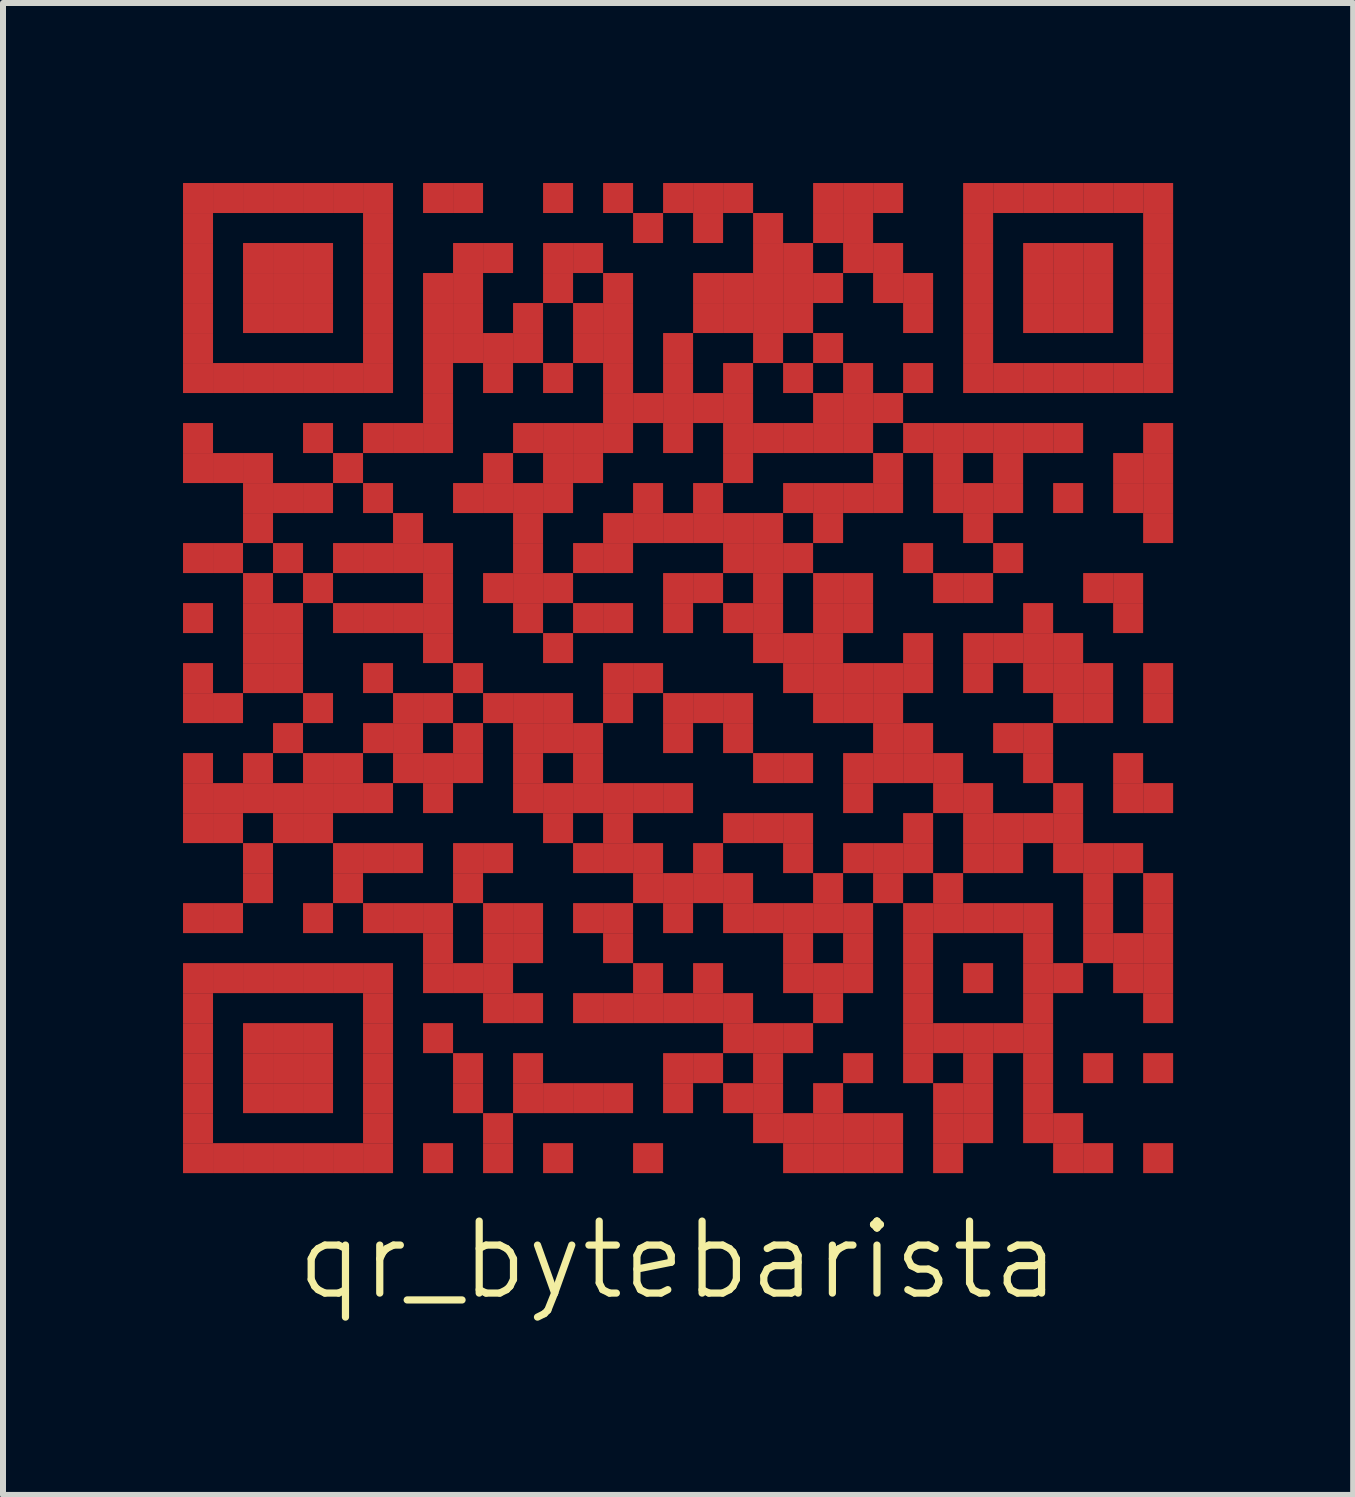
<source format=kicad_pcb>
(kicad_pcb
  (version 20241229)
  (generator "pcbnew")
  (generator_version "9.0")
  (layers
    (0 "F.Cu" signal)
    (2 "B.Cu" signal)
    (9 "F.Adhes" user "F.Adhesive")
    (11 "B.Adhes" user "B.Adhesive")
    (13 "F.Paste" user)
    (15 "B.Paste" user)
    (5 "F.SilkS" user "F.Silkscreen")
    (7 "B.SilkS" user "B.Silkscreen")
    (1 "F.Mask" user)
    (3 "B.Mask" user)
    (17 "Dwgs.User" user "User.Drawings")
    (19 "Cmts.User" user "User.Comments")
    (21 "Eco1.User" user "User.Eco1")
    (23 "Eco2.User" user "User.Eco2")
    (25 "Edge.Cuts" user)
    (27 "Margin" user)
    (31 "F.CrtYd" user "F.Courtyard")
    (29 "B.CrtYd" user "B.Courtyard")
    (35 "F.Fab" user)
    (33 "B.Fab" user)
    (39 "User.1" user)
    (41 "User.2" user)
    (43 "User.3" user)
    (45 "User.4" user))
  (footprint "qr_bytebarista"
    (layer "F.Cu")
    (at 8.25 8.25)
    (property "Reference" "qr_bytebarista" (at 0 9.7 0) (layer "F.SilkS") (effects (font (size 1.2 1.2) (thickness 0.12))))
    (attr through_hole)
    (pad "" smd rect (at -8 -8) (size 0.5 0.5) (layers "F.Cu" "F.Mask"))
    (pad "" smd rect (at -8 -7.5) (size 0.5 0.5) (layers "F.Cu" "F.Mask"))
    (pad "" smd rect (at -8 -7) (size 0.5 0.5) (layers "F.Cu" "F.Mask"))
    (pad "" smd rect (at -8 -6.5) (size 0.5 0.5) (layers "F.Cu" "F.Mask"))
    (pad "" smd rect (at -8 -6) (size 0.5 0.5) (layers "F.Cu" "F.Mask"))
    (pad "" smd rect (at -8 -5.5) (size 0.5 0.5) (layers "F.Cu" "F.Mask"))
    (pad "" smd rect (at -8 -5) (size 0.5 0.5) (layers "F.Cu" "F.Mask"))
    (pad "" smd rect (at -8 -4) (size 0.5 0.5) (layers "F.Cu" "F.Mask"))
    (pad "" smd rect (at -8 -3.5) (size 0.5 0.5) (layers "F.Cu" "F.Mask"))
    (pad "" smd rect (at -8 -2) (size 0.5 0.5) (layers "F.Cu" "F.Mask"))
    (pad "" smd rect (at -8 -1) (size 0.5 0.5) (layers "F.Cu" "F.Mask"))
    (pad "" smd rect (at -8 0) (size 0.5 0.5) (layers "F.Cu" "F.Mask"))
    (pad "" smd rect (at -8 0.5) (size 0.5 0.5) (layers "F.Cu" "F.Mask"))
    (pad "" smd rect (at -8 1.5) (size 0.5 0.5) (layers "F.Cu" "F.Mask"))
    (pad "" smd rect (at -8 2) (size 0.5 0.5) (layers "F.Cu" "F.Mask"))
    (pad "" smd rect (at -8 2.5) (size 0.5 0.5) (layers "F.Cu" "F.Mask"))
    (pad "" smd rect (at -8 4) (size 0.5 0.5) (layers "F.Cu" "F.Mask"))
    (pad "" smd rect (at -8 5) (size 0.5 0.5) (layers "F.Cu" "F.Mask"))
    (pad "" smd rect (at -8 5.5) (size 0.5 0.5) (layers "F.Cu" "F.Mask"))
    (pad "" smd rect (at -8 6) (size 0.5 0.5) (layers "F.Cu" "F.Mask"))
    (pad "" smd rect (at -8 6.5) (size 0.5 0.5) (layers "F.Cu" "F.Mask"))
    (pad "" smd rect (at -8 7) (size 0.5 0.5) (layers "F.Cu" "F.Mask"))
    (pad "" smd rect (at -8 7.5) (size 0.5 0.5) (layers "F.Cu" "F.Mask"))
    (pad "" smd rect (at -8 8) (size 0.5 0.5) (layers "F.Cu" "F.Mask"))
    (pad "" smd rect (at -7.5 -8) (size 0.5 0.5) (layers "F.Cu" "F.Mask"))
    (pad "" smd rect (at -7.5 -5) (size 0.5 0.5) (layers "F.Cu" "F.Mask"))
    (pad "" smd rect (at -7.5 -3.5) (size 0.5 0.5) (layers "F.Cu" "F.Mask"))
    (pad "" smd rect (at -7.5 -2) (size 0.5 0.5) (layers "F.Cu" "F.Mask"))
    (pad "" smd rect (at -7.5 0.5) (size 0.5 0.5) (layers "F.Cu" "F.Mask"))
    (pad "" smd rect (at -7.5 2) (size 0.5 0.5) (layers "F.Cu" "F.Mask"))
    (pad "" smd rect (at -7.5 2.5) (size 0.5 0.5) (layers "F.Cu" "F.Mask"))
    (pad "" smd rect (at -7.5 4) (size 0.5 0.5) (layers "F.Cu" "F.Mask"))
    (pad "" smd rect (at -7.5 5) (size 0.5 0.5) (layers "F.Cu" "F.Mask"))
    (pad "" smd rect (at -7.5 8) (size 0.5 0.5) (layers "F.Cu" "F.Mask"))
    (pad "" smd rect (at -7 -8) (size 0.5 0.5) (layers "F.Cu" "F.Mask"))
    (pad "" smd rect (at -7 -7) (size 0.5 0.5) (layers "F.Cu" "F.Mask"))
    (pad "" smd rect (at -7 -6.5) (size 0.5 0.5) (layers "F.Cu" "F.Mask"))
    (pad "" smd rect (at -7 -6) (size 0.5 0.5) (layers "F.Cu" "F.Mask"))
    (pad "" smd rect (at -7 -5) (size 0.5 0.5) (layers "F.Cu" "F.Mask"))
    (pad "" smd rect (at -7 -3.5) (size 0.5 0.5) (layers "F.Cu" "F.Mask"))
    (pad "" smd rect (at -7 -3) (size 0.5 0.5) (layers "F.Cu" "F.Mask"))
    (pad "" smd rect (at -7 -2.5) (size 0.5 0.5) (layers "F.Cu" "F.Mask"))
    (pad "" smd rect (at -7 -1.5) (size 0.5 0.5) (layers "F.Cu" "F.Mask"))
    (pad "" smd rect (at -7 -1) (size 0.5 0.5) (layers "F.Cu" "F.Mask"))
    (pad "" smd rect (at -7 -0.5) (size 0.5 0.5) (layers "F.Cu" "F.Mask"))
    (pad "" smd rect (at -7 0) (size 0.5 0.5) (layers "F.Cu" "F.Mask"))
    (pad "" smd rect (at -7 1.5) (size 0.5 0.5) (layers "F.Cu" "F.Mask"))
    (pad "" smd rect (at -7 2) (size 0.5 0.5) (layers "F.Cu" "F.Mask"))
    (pad "" smd rect (at -7 3) (size 0.5 0.5) (layers "F.Cu" "F.Mask"))
    (pad "" smd rect (at -7 3.5) (size 0.5 0.5) (layers "F.Cu" "F.Mask"))
    (pad "" smd rect (at -7 5) (size 0.5 0.5) (layers "F.Cu" "F.Mask"))
    (pad "" smd rect (at -7 6) (size 0.5 0.5) (layers "F.Cu" "F.Mask"))
    (pad "" smd rect (at -7 6.5) (size 0.5 0.5) (layers "F.Cu" "F.Mask"))
    (pad "" smd rect (at -7 7) (size 0.5 0.5) (layers "F.Cu" "F.Mask"))
    (pad "" smd rect (at -7 8) (size 0.5 0.5) (layers "F.Cu" "F.Mask"))
    (pad "" smd rect (at -6.5 -8) (size 0.5 0.5) (layers "F.Cu" "F.Mask"))
    (pad "" smd rect (at -6.5 -7) (size 0.5 0.5) (layers "F.Cu" "F.Mask"))
    (pad "" smd rect (at -6.5 -6.5) (size 0.5 0.5) (layers "F.Cu" "F.Mask"))
    (pad "" smd rect (at -6.5 -6) (size 0.5 0.5) (layers "F.Cu" "F.Mask"))
    (pad "" smd rect (at -6.5 -5) (size 0.5 0.5) (layers "F.Cu" "F.Mask"))
    (pad "" smd rect (at -6.5 -3) (size 0.5 0.5) (layers "F.Cu" "F.Mask"))
    (pad "" smd rect (at -6.5 -2) (size 0.5 0.5) (layers "F.Cu" "F.Mask"))
    (pad "" smd rect (at -6.5 -1) (size 0.5 0.5) (layers "F.Cu" "F.Mask"))
    (pad "" smd rect (at -6.5 -0.5) (size 0.5 0.5) (layers "F.Cu" "F.Mask"))
    (pad "" smd rect (at -6.5 0) (size 0.5 0.5) (layers "F.Cu" "F.Mask"))
    (pad "" smd rect (at -6.5 1) (size 0.5 0.5) (layers "F.Cu" "F.Mask"))
    (pad "" smd rect (at -6.5 2) (size 0.5 0.5) (layers "F.Cu" "F.Mask"))
    (pad "" smd rect (at -6.5 2.5) (size 0.5 0.5) (layers "F.Cu" "F.Mask"))
    (pad "" smd rect (at -6.5 5) (size 0.5 0.5) (layers "F.Cu" "F.Mask"))
    (pad "" smd rect (at -6.5 6) (size 0.5 0.5) (layers "F.Cu" "F.Mask"))
    (pad "" smd rect (at -6.5 6.5) (size 0.5 0.5) (layers "F.Cu" "F.Mask"))
    (pad "" smd rect (at -6.5 7) (size 0.5 0.5) (layers "F.Cu" "F.Mask"))
    (pad "" smd rect (at -6.5 8) (size 0.5 0.5) (layers "F.Cu" "F.Mask"))
    (pad "" smd rect (at -6 -8) (size 0.5 0.5) (layers "F.Cu" "F.Mask"))
    (pad "" smd rect (at -6 -7) (size 0.5 0.5) (layers "F.Cu" "F.Mask"))
    (pad "" smd rect (at -6 -6.5) (size 0.5 0.5) (layers "F.Cu" "F.Mask"))
    (pad "" smd rect (at -6 -6) (size 0.5 0.5) (layers "F.Cu" "F.Mask"))
    (pad "" smd rect (at -6 -5) (size 0.5 0.5) (layers "F.Cu" "F.Mask"))
    (pad "" smd rect (at -6 -4) (size 0.5 0.5) (layers "F.Cu" "F.Mask"))
    (pad "" smd rect (at -6 -3) (size 0.5 0.5) (layers "F.Cu" "F.Mask"))
    (pad "" smd rect (at -6 -1.5) (size 0.5 0.5) (layers "F.Cu" "F.Mask"))
    (pad "" smd rect (at -6 0.5) (size 0.5 0.5) (layers "F.Cu" "F.Mask"))
    (pad "" smd rect (at -6 1.5) (size 0.5 0.5) (layers "F.Cu" "F.Mask"))
    (pad "" smd rect (at -6 2) (size 0.5 0.5) (layers "F.Cu" "F.Mask"))
    (pad "" smd rect (at -6 2.5) (size 0.5 0.5) (layers "F.Cu" "F.Mask"))
    (pad "" smd rect (at -6 4) (size 0.5 0.5) (layers "F.Cu" "F.Mask"))
    (pad "" smd rect (at -6 5) (size 0.5 0.5) (layers "F.Cu" "F.Mask"))
    (pad "" smd rect (at -6 6) (size 0.5 0.5) (layers "F.Cu" "F.Mask"))
    (pad "" smd rect (at -6 6.5) (size 0.5 0.5) (layers "F.Cu" "F.Mask"))
    (pad "" smd rect (at -6 7) (size 0.5 0.5) (layers "F.Cu" "F.Mask"))
    (pad "" smd rect (at -6 8) (size 0.5 0.5) (layers "F.Cu" "F.Mask"))
    (pad "" smd rect (at -5.5 -8) (size 0.5 0.5) (layers "F.Cu" "F.Mask"))
    (pad "" smd rect (at -5.5 -5) (size 0.5 0.5) (layers "F.Cu" "F.Mask"))
    (pad "" smd rect (at -5.5 -3.5) (size 0.5 0.5) (layers "F.Cu" "F.Mask"))
    (pad "" smd rect (at -5.5 -2) (size 0.5 0.5) (layers "F.Cu" "F.Mask"))
    (pad "" smd rect (at -5.5 -1) (size 0.5 0.5) (layers "F.Cu" "F.Mask"))
    (pad "" smd rect (at -5.5 1.5) (size 0.5 0.5) (layers "F.Cu" "F.Mask"))
    (pad "" smd rect (at -5.5 2) (size 0.5 0.5) (layers "F.Cu" "F.Mask"))
    (pad "" smd rect (at -5.5 3) (size 0.5 0.5) (layers "F.Cu" "F.Mask"))
    (pad "" smd rect (at -5.5 3.5) (size 0.5 0.5) (layers "F.Cu" "F.Mask"))
    (pad "" smd rect (at -5.5 5) (size 0.5 0.5) (layers "F.Cu" "F.Mask"))
    (pad "" smd rect (at -5.5 8) (size 0.5 0.5) (layers "F.Cu" "F.Mask"))
    (pad "" smd rect (at -5 -8) (size 0.5 0.5) (layers "F.Cu" "F.Mask"))
    (pad "" smd rect (at -5 -7.5) (size 0.5 0.5) (layers "F.Cu" "F.Mask"))
    (pad "" smd rect (at -5 -7) (size 0.5 0.5) (layers "F.Cu" "F.Mask"))
    (pad "" smd rect (at -5 -6.5) (size 0.5 0.5) (layers "F.Cu" "F.Mask"))
    (pad "" smd rect (at -5 -6) (size 0.5 0.5) (layers "F.Cu" "F.Mask"))
    (pad "" smd rect (at -5 -5.5) (size 0.5 0.5) (layers "F.Cu" "F.Mask"))
    (pad "" smd rect (at -5 -5) (size 0.5 0.5) (layers "F.Cu" "F.Mask"))
    (pad "" smd rect (at -5 -4) (size 0.5 0.5) (layers "F.Cu" "F.Mask"))
    (pad "" smd rect (at -5 -3) (size 0.5 0.5) (layers "F.Cu" "F.Mask"))
    (pad "" smd rect (at -5 -2) (size 0.5 0.5) (layers "F.Cu" "F.Mask"))
    (pad "" smd rect (at -5 -1) (size 0.5 0.5) (layers "F.Cu" "F.Mask"))
    (pad "" smd rect (at -5 0) (size 0.5 0.5) (layers "F.Cu" "F.Mask"))
    (pad "" smd rect (at -5 1) (size 0.5 0.5) (layers "F.Cu" "F.Mask"))
    (pad "" smd rect (at -5 2) (size 0.5 0.5) (layers "F.Cu" "F.Mask"))
    (pad "" smd rect (at -5 3) (size 0.5 0.5) (layers "F.Cu" "F.Mask"))
    (pad "" smd rect (at -5 4) (size 0.5 0.5) (layers "F.Cu" "F.Mask"))
    (pad "" smd rect (at -5 5) (size 0.5 0.5) (layers "F.Cu" "F.Mask"))
    (pad "" smd rect (at -5 5.5) (size 0.5 0.5) (layers "F.Cu" "F.Mask"))
    (pad "" smd rect (at -5 6) (size 0.5 0.5) (layers "F.Cu" "F.Mask"))
    (pad "" smd rect (at -5 6.5) (size 0.5 0.5) (layers "F.Cu" "F.Mask"))
    (pad "" smd rect (at -5 7) (size 0.5 0.5) (layers "F.Cu" "F.Mask"))
    (pad "" smd rect (at -5 7.5) (size 0.5 0.5) (layers "F.Cu" "F.Mask"))
    (pad "" smd rect (at -5 8) (size 0.5 0.5) (layers "F.Cu" "F.Mask"))
    (pad "" smd rect (at -4.5 -4) (size 0.5 0.5) (layers "F.Cu" "F.Mask"))
    (pad "" smd rect (at -4.5 -2.5) (size 0.5 0.5) (layers "F.Cu" "F.Mask"))
    (pad "" smd rect (at -4.5 -2) (size 0.5 0.5) (layers "F.Cu" "F.Mask"))
    (pad "" smd rect (at -4.5 -1) (size 0.5 0.5) (layers "F.Cu" "F.Mask"))
    (pad "" smd rect (at -4.5 0.5) (size 0.5 0.5) (layers "F.Cu" "F.Mask"))
    (pad "" smd rect (at -4.5 1) (size 0.5 0.5) (layers "F.Cu" "F.Mask"))
    (pad "" smd rect (at -4.5 1.5) (size 0.5 0.5) (layers "F.Cu" "F.Mask"))
    (pad "" smd rect (at -4.5 3) (size 0.5 0.5) (layers "F.Cu" "F.Mask"))
    (pad "" smd rect (at -4.5 4) (size 0.5 0.5) (layers "F.Cu" "F.Mask"))
    (pad "" smd rect (at -4 -8) (size 0.5 0.5) (layers "F.Cu" "F.Mask"))
    (pad "" smd rect (at -4 -6.5) (size 0.5 0.5) (layers "F.Cu" "F.Mask"))
    (pad "" smd rect (at -4 -6) (size 0.5 0.5) (layers "F.Cu" "F.Mask"))
    (pad "" smd rect (at -4 -5.5) (size 0.5 0.5) (layers "F.Cu" "F.Mask"))
    (pad "" smd rect (at -4 -5) (size 0.5 0.5) (layers "F.Cu" "F.Mask"))
    (pad "" smd rect (at -4 -4.5) (size 0.5 0.5) (layers "F.Cu" "F.Mask"))
    (pad "" smd rect (at -4 -4) (size 0.5 0.5) (layers "F.Cu" "F.Mask"))
    (pad "" smd rect (at -4 -2) (size 0.5 0.5) (layers "F.Cu" "F.Mask"))
    (pad "" smd rect (at -4 -1.5) (size 0.5 0.5) (layers "F.Cu" "F.Mask"))
    (pad "" smd rect (at -4 -1) (size 0.5 0.5) (layers "F.Cu" "F.Mask"))
    (pad "" smd rect (at -4 -0.5) (size 0.5 0.5) (layers "F.Cu" "F.Mask"))
    (pad "" smd rect (at -4 0.5) (size 0.5 0.5) (layers "F.Cu" "F.Mask"))
    (pad "" smd rect (at -4 1.5) (size 0.5 0.5) (layers "F.Cu" "F.Mask"))
    (pad "" smd rect (at -4 2) (size 0.5 0.5) (layers "F.Cu" "F.Mask"))
    (pad "" smd rect (at -4 4) (size 0.5 0.5) (layers "F.Cu" "F.Mask"))
    (pad "" smd rect (at -4 4.5) (size 0.5 0.5) (layers "F.Cu" "F.Mask"))
    (pad "" smd rect (at -4 5) (size 0.5 0.5) (layers "F.Cu" "F.Mask"))
    (pad "" smd rect (at -4 6) (size 0.5 0.5) (layers "F.Cu" "F.Mask"))
    (pad "" smd rect (at -4 8) (size 0.5 0.5) (layers "F.Cu" "F.Mask"))
    (pad "" smd rect (at -3.5 -8) (size 0.5 0.5) (layers "F.Cu" "F.Mask"))
    (pad "" smd rect (at -3.5 -7) (size 0.5 0.5) (layers "F.Cu" "F.Mask"))
    (pad "" smd rect (at -3.5 -6.5) (size 0.5 0.5) (layers "F.Cu" "F.Mask"))
    (pad "" smd rect (at -3.5 -6) (size 0.5 0.5) (layers "F.Cu" "F.Mask"))
    (pad "" smd rect (at -3.5 -5.5) (size 0.5 0.5) (layers "F.Cu" "F.Mask"))
    (pad "" smd rect (at -3.5 -3) (size 0.5 0.5) (layers "F.Cu" "F.Mask"))
    (pad "" smd rect (at -3.5 0) (size 0.5 0.5) (layers "F.Cu" "F.Mask"))
    (pad "" smd rect (at -3.5 1) (size 0.5 0.5) (layers "F.Cu" "F.Mask"))
    (pad "" smd rect (at -3.5 1.5) (size 0.5 0.5) (layers "F.Cu" "F.Mask"))
    (pad "" smd rect (at -3.5 3) (size 0.5 0.5) (layers "F.Cu" "F.Mask"))
    (pad "" smd rect (at -3.5 3.5) (size 0.5 0.5) (layers "F.Cu" "F.Mask"))
    (pad "" smd rect (at -3.5 5) (size 0.5 0.5) (layers "F.Cu" "F.Mask"))
    (pad "" smd rect (at -3.5 6.5) (size 0.5 0.5) (layers "F.Cu" "F.Mask"))
    (pad "" smd rect (at -3.5 7) (size 0.5 0.5) (layers "F.Cu" "F.Mask"))
    (pad "" smd rect (at -3 -7) (size 0.5 0.5) (layers "F.Cu" "F.Mask"))
    (pad "" smd rect (at -3 -5.5) (size 0.5 0.5) (layers "F.Cu" "F.Mask"))
    (pad "" smd rect (at -3 -5) (size 0.5 0.5) (layers "F.Cu" "F.Mask"))
    (pad "" smd rect (at -3 -3.5) (size 0.5 0.5) (layers "F.Cu" "F.Mask"))
    (pad "" smd rect (at -3 -3) (size 0.5 0.5) (layers "F.Cu" "F.Mask"))
    (pad "" smd rect (at -3 -1.5) (size 0.5 0.5) (layers "F.Cu" "F.Mask"))
    (pad "" smd rect (at -3 0.5) (size 0.5 0.5) (layers "F.Cu" "F.Mask"))
    (pad "" smd rect (at -3 3) (size 0.5 0.5) (layers "F.Cu" "F.Mask"))
    (pad "" smd rect (at -3 4) (size 0.5 0.5) (layers "F.Cu" "F.Mask"))
    (pad "" smd rect (at -3 4.5) (size 0.5 0.5) (layers "F.Cu" "F.Mask"))
    (pad "" smd rect (at -3 5) (size 0.5 0.5) (layers "F.Cu" "F.Mask"))
    (pad "" smd rect (at -3 5.5) (size 0.5 0.5) (layers "F.Cu" "F.Mask"))
    (pad "" smd rect (at -3 7.5) (size 0.5 0.5) (layers "F.Cu" "F.Mask"))
    (pad "" smd rect (at -3 8) (size 0.5 0.5) (layers "F.Cu" "F.Mask"))
    (pad "" smd rect (at -2.5 -6) (size 0.5 0.5) (layers "F.Cu" "F.Mask"))
    (pad "" smd rect (at -2.5 -5.5) (size 0.5 0.5) (layers "F.Cu" "F.Mask"))
    (pad "" smd rect (at -2.5 -4) (size 0.5 0.5) (layers "F.Cu" "F.Mask"))
    (pad "" smd rect (at -2.5 -3) (size 0.5 0.5) (layers "F.Cu" "F.Mask"))
    (pad "" smd rect (at -2.5 -2.5) (size 0.5 0.5) (layers "F.Cu" "F.Mask"))
    (pad "" smd rect (at -2.5 -2) (size 0.5 0.5) (layers "F.Cu" "F.Mask"))
    (pad "" smd rect (at -2.5 -1.5) (size 0.5 0.5) (layers "F.Cu" "F.Mask"))
    (pad "" smd rect (at -2.5 -1) (size 0.5 0.5) (layers "F.Cu" "F.Mask"))
    (pad "" smd rect (at -2.5 0.5) (size 0.5 0.5) (layers "F.Cu" "F.Mask"))
    (pad "" smd rect (at -2.5 1) (size 0.5 0.5) (layers "F.Cu" "F.Mask"))
    (pad "" smd rect (at -2.5 1.5) (size 0.5 0.5) (layers "F.Cu" "F.Mask"))
    (pad "" smd rect (at -2.5 2) (size 0.5 0.5) (layers "F.Cu" "F.Mask"))
    (pad "" smd rect (at -2.5 4) (size 0.5 0.5) (layers "F.Cu" "F.Mask"))
    (pad "" smd rect (at -2.5 4.5) (size 0.5 0.5) (layers "F.Cu" "F.Mask"))
    (pad "" smd rect (at -2.5 5.5) (size 0.5 0.5) (layers "F.Cu" "F.Mask"))
    (pad "" smd rect (at -2.5 6.5) (size 0.5 0.5) (layers "F.Cu" "F.Mask"))
    (pad "" smd rect (at -2.5 7) (size 0.5 0.5) (layers "F.Cu" "F.Mask"))
    (pad "" smd rect (at -2 -8) (size 0.5 0.5) (layers "F.Cu" "F.Mask"))
    (pad "" smd rect (at -2 -7) (size 0.5 0.5) (layers "F.Cu" "F.Mask"))
    (pad "" smd rect (at -2 -6.5) (size 0.5 0.5) (layers "F.Cu" "F.Mask"))
    (pad "" smd rect (at -2 -5) (size 0.5 0.5) (layers "F.Cu" "F.Mask"))
    (pad "" smd rect (at -2 -4) (size 0.5 0.5) (layers "F.Cu" "F.Mask"))
    (pad "" smd rect (at -2 -3.5) (size 0.5 0.5) (layers "F.Cu" "F.Mask"))
    (pad "" smd rect (at -2 -3) (size 0.5 0.5) (layers "F.Cu" "F.Mask"))
    (pad "" smd rect (at -2 -1.5) (size 0.5 0.5) (layers "F.Cu" "F.Mask"))
    (pad "" smd rect (at -2 -0.5) (size 0.5 0.5) (layers "F.Cu" "F.Mask"))
    (pad "" smd rect (at -2 0.5) (size 0.5 0.5) (layers "F.Cu" "F.Mask"))
    (pad "" smd rect (at -2 1) (size 0.5 0.5) (layers "F.Cu" "F.Mask"))
    (pad "" smd rect (at -2 2) (size 0.5 0.5) (layers "F.Cu" "F.Mask"))
    (pad "" smd rect (at -2 2.5) (size 0.5 0.5) (layers "F.Cu" "F.Mask"))
    (pad "" smd rect (at -2 7) (size 0.5 0.5) (layers "F.Cu" "F.Mask"))
    (pad "" smd rect (at -2 8) (size 0.5 0.5) (layers "F.Cu" "F.Mask"))
    (pad "" smd rect (at -1.5 -7) (size 0.5 0.5) (layers "F.Cu" "F.Mask"))
    (pad "" smd rect (at -1.5 -6) (size 0.5 0.5) (layers "F.Cu" "F.Mask"))
    (pad "" smd rect (at -1.5 -5.5) (size 0.5 0.5) (layers "F.Cu" "F.Mask"))
    (pad "" smd rect (at -1.5 -4) (size 0.5 0.5) (layers "F.Cu" "F.Mask"))
    (pad "" smd rect (at -1.5 -3.5) (size 0.5 0.5) (layers "F.Cu" "F.Mask"))
    (pad "" smd rect (at -1.5 -2) (size 0.5 0.5) (layers "F.Cu" "F.Mask"))
    (pad "" smd rect (at -1.5 -1) (size 0.5 0.5) (layers "F.Cu" "F.Mask"))
    (pad "" smd rect (at -1.5 1) (size 0.5 0.5) (layers "F.Cu" "F.Mask"))
    (pad "" smd rect (at -1.5 1.5) (size 0.5 0.5) (layers "F.Cu" "F.Mask"))
    (pad "" smd rect (at -1.5 2) (size 0.5 0.5) (layers "F.Cu" "F.Mask"))
    (pad "" smd rect (at -1.5 3) (size 0.5 0.5) (layers "F.Cu" "F.Mask"))
    (pad "" smd rect (at -1.5 4) (size 0.5 0.5) (layers "F.Cu" "F.Mask"))
    (pad "" smd rect (at -1.5 5.5) (size 0.5 0.5) (layers "F.Cu" "F.Mask"))
    (pad "" smd rect (at -1.5 7) (size 0.5 0.5) (layers "F.Cu" "F.Mask"))
    (pad "" smd rect (at -1 -8) (size 0.5 0.5) (layers "F.Cu" "F.Mask"))
    (pad "" smd rect (at -1 -6.5) (size 0.5 0.5) (layers "F.Cu" "F.Mask"))
    (pad "" smd rect (at -1 -6) (size 0.5 0.5) (layers "F.Cu" "F.Mask"))
    (pad "" smd rect (at -1 -5.5) (size 0.5 0.5) (layers "F.Cu" "F.Mask"))
    (pad "" smd rect (at -1 -5) (size 0.5 0.5) (layers "F.Cu" "F.Mask"))
    (pad "" smd rect (at -1 -4.5) (size 0.5 0.5) (layers "F.Cu" "F.Mask"))
    (pad "" smd rect (at -1 -4) (size 0.5 0.5) (layers "F.Cu" "F.Mask"))
    (pad "" smd rect (at -1 -2.5) (size 0.5 0.5) (layers "F.Cu" "F.Mask"))
    (pad "" smd rect (at -1 -2) (size 0.5 0.5) (layers "F.Cu" "F.Mask"))
    (pad "" smd rect (at -1 -1) (size 0.5 0.5) (layers "F.Cu" "F.Mask"))
    (pad "" smd rect (at -1 0) (size 0.5 0.5) (layers "F.Cu" "F.Mask"))
    (pad "" smd rect (at -1 0.5) (size 0.5 0.5) (layers "F.Cu" "F.Mask"))
    (pad "" smd rect (at -1 2) (size 0.5 0.5) (layers "F.Cu" "F.Mask"))
    (pad "" smd rect (at -1 2.5) (size 0.5 0.5) (layers "F.Cu" "F.Mask"))
    (pad "" smd rect (at -1 3) (size 0.5 0.5) (layers "F.Cu" "F.Mask"))
    (pad "" smd rect (at -1 4) (size 0.5 0.5) (layers "F.Cu" "F.Mask"))
    (pad "" smd rect (at -1 4.5) (size 0.5 0.5) (layers "F.Cu" "F.Mask"))
    (pad "" smd rect (at -1 5.5) (size 0.5 0.5) (layers "F.Cu" "F.Mask"))
    (pad "" smd rect (at -1 7) (size 0.5 0.5) (layers "F.Cu" "F.Mask"))
    (pad "" smd rect (at -0.5 -7.5) (size 0.5 0.5) (layers "F.Cu" "F.Mask"))
    (pad "" smd rect (at -0.5 -4.5) (size 0.5 0.5) (layers "F.Cu" "F.Mask"))
    (pad "" smd rect (at -0.5 -3) (size 0.5 0.5) (layers "F.Cu" "F.Mask"))
    (pad "" smd rect (at -0.5 -2.5) (size 0.5 0.5) (layers "F.Cu" "F.Mask"))
    (pad "" smd rect (at -0.5 0) (size 0.5 0.5) (layers "F.Cu" "F.Mask"))
    (pad "" smd rect (at -0.5 2) (size 0.5 0.5) (layers "F.Cu" "F.Mask"))
    (pad "" smd rect (at -0.5 3) (size 0.5 0.5) (layers "F.Cu" "F.Mask"))
    (pad "" smd rect (at -0.5 3.5) (size 0.5 0.5) (layers "F.Cu" "F.Mask"))
    (pad "" smd rect (at -0.5 5) (size 0.5 0.5) (layers "F.Cu" "F.Mask"))
    (pad "" smd rect (at -0.5 5.5) (size 0.5 0.5) (layers "F.Cu" "F.Mask"))
    (pad "" smd rect (at -0.5 8) (size 0.5 0.5) (layers "F.Cu" "F.Mask"))
    (pad "" smd rect (at 0 -8) (size 0.5 0.5) (layers "F.Cu" "F.Mask"))
    (pad "" smd rect (at 0 -5.5) (size 0.5 0.5) (layers "F.Cu" "F.Mask"))
    (pad "" smd rect (at 0 -5) (size 0.5 0.5) (layers "F.Cu" "F.Mask"))
    (pad "" smd rect (at 0 -4.5) (size 0.5 0.5) (layers "F.Cu" "F.Mask"))
    (pad "" smd rect (at 0 -4) (size 0.5 0.5) (layers "F.Cu" "F.Mask"))
    (pad "" smd rect (at 0 -2.5) (size 0.5 0.5) (layers "F.Cu" "F.Mask"))
    (pad "" smd rect (at 0 -1.5) (size 0.5 0.5) (layers "F.Cu" "F.Mask"))
    (pad "" smd rect (at 0 -1) (size 0.5 0.5) (layers "F.Cu" "F.Mask"))
    (pad "" smd rect (at 0 0.5) (size 0.5 0.5) (layers "F.Cu" "F.Mask"))
    (pad "" smd rect (at 0 1) (size 0.5 0.5) (layers "F.Cu" "F.Mask"))
    (pad "" smd rect (at 0 2) (size 0.5 0.5) (layers "F.Cu" "F.Mask"))
    (pad "" smd rect (at 0 3.5) (size 0.5 0.5) (layers "F.Cu" "F.Mask"))
    (pad "" smd rect (at 0 4) (size 0.5 0.5) (layers "F.Cu" "F.Mask"))
    (pad "" smd rect (at 0 5.5) (size 0.5 0.5) (layers "F.Cu" "F.Mask"))
    (pad "" smd rect (at 0 6.5) (size 0.5 0.5) (layers "F.Cu" "F.Mask"))
    (pad "" smd rect (at 0 7) (size 0.5 0.5) (layers "F.Cu" "F.Mask"))
    (pad "" smd rect (at 0.5 -8) (size 0.5 0.5) (layers "F.Cu" "F.Mask"))
    (pad "" smd rect (at 0.5 -7.5) (size 0.5 0.5) (layers "F.Cu" "F.Mask"))
    (pad "" smd rect (at 0.5 -6.5) (size 0.5 0.5) (layers "F.Cu" "F.Mask"))
    (pad "" smd rect (at 0.5 -6) (size 0.5 0.5) (layers "F.Cu" "F.Mask"))
    (pad "" smd rect (at 0.5 -4.5) (size 0.5 0.5) (layers "F.Cu" "F.Mask"))
    (pad "" smd rect (at 0.5 -3) (size 0.5 0.5) (layers "F.Cu" "F.Mask"))
    (pad "" smd rect (at 0.5 -2.5) (size 0.5 0.5) (layers "F.Cu" "F.Mask"))
    (pad "" smd rect (at 0.5 -1.5) (size 0.5 0.5) (layers "F.Cu" "F.Mask"))
    (pad "" smd rect (at 0.5 0.5) (size 0.5 0.5) (layers "F.Cu" "F.Mask"))
    (pad "" smd rect (at 0.5 3) (size 0.5 0.5) (layers "F.Cu" "F.Mask"))
    (pad "" smd rect (at 0.5 3.5) (size 0.5 0.5) (layers "F.Cu" "F.Mask"))
    (pad "" smd rect (at 0.5 5) (size 0.5 0.5) (layers "F.Cu" "F.Mask"))
    (pad "" smd rect (at 0.5 5.5) (size 0.5 0.5) (layers "F.Cu" "F.Mask"))
    (pad "" smd rect (at 0.5 6.5) (size 0.5 0.5) (layers "F.Cu" "F.Mask"))
    (pad "" smd rect (at 1 -8) (size 0.5 0.5) (layers "F.Cu" "F.Mask"))
    (pad "" smd rect (at 1 -6.5) (size 0.5 0.5) (layers "F.Cu" "F.Mask"))
    (pad "" smd rect (at 1 -6) (size 0.5 0.5) (layers "F.Cu" "F.Mask"))
    (pad "" smd rect (at 1 -5) (size 0.5 0.5) (layers "F.Cu" "F.Mask"))
    (pad "" smd rect (at 1 -4.5) (size 0.5 0.5) (layers "F.Cu" "F.Mask"))
    (pad "" smd rect (at 1 -4) (size 0.5 0.5) (layers "F.Cu" "F.Mask"))
    (pad "" smd rect (at 1 -3.5) (size 0.5 0.5) (layers "F.Cu" "F.Mask"))
    (pad "" smd rect (at 1 -2.5) (size 0.5 0.5) (layers "F.Cu" "F.Mask"))
    (pad "" smd rect (at 1 -2) (size 0.5 0.5) (layers "F.Cu" "F.Mask"))
    (pad "" smd rect (at 1 -1) (size 0.5 0.5) (layers "F.Cu" "F.Mask"))
    (pad "" smd rect (at 1 0.5) (size 0.5 0.5) (layers "F.Cu" "F.Mask"))
    (pad "" smd rect (at 1 1) (size 0.5 0.5) (layers "F.Cu" "F.Mask"))
    (pad "" smd rect (at 1 2.5) (size 0.5 0.5) (layers "F.Cu" "F.Mask"))
    (pad "" smd rect (at 1 3.5) (size 0.5 0.5) (layers "F.Cu" "F.Mask"))
    (pad "" smd rect (at 1 4) (size 0.5 0.5) (layers "F.Cu" "F.Mask"))
    (pad "" smd rect (at 1 5.5) (size 0.5 0.5) (layers "F.Cu" "F.Mask"))
    (pad "" smd rect (at 1 6) (size 0.5 0.5) (layers "F.Cu" "F.Mask"))
    (pad "" smd rect (at 1 7) (size 0.5 0.5) (layers "F.Cu" "F.Mask"))
    (pad "" smd rect (at 1.5 -7.5) (size 0.5 0.5) (layers "F.Cu" "F.Mask"))
    (pad "" smd rect (at 1.5 -7) (size 0.5 0.5) (layers "F.Cu" "F.Mask"))
    (pad "" smd rect (at 1.5 -6.5) (size 0.5 0.5) (layers "F.Cu" "F.Mask"))
    (pad "" smd rect (at 1.5 -6) (size 0.5 0.5) (layers "F.Cu" "F.Mask"))
    (pad "" smd rect (at 1.5 -5.5) (size 0.5 0.5) (layers "F.Cu" "F.Mask"))
    (pad "" smd rect (at 1.5 -4) (size 0.5 0.5) (layers "F.Cu" "F.Mask"))
    (pad "" smd rect (at 1.5 -2.5) (size 0.5 0.5) (layers "F.Cu" "F.Mask"))
    (pad "" smd rect (at 1.5 -2) (size 0.5 0.5) (layers "F.Cu" "F.Mask"))
    (pad "" smd rect (at 1.5 -1.5) (size 0.5 0.5) (layers "F.Cu" "F.Mask"))
    (pad "" smd rect (at 1.5 -1) (size 0.5 0.5) (layers "F.Cu" "F.Mask"))
    (pad "" smd rect (at 1.5 -0.5) (size 0.5 0.5) (layers "F.Cu" "F.Mask"))
    (pad "" smd rect (at 1.5 1.5) (size 0.5 0.5) (layers "F.Cu" "F.Mask"))
    (pad "" smd rect (at 1.5 2.5) (size 0.5 0.5) (layers "F.Cu" "F.Mask"))
    (pad "" smd rect (at 1.5 4) (size 0.5 0.5) (layers "F.Cu" "F.Mask"))
    (pad "" smd rect (at 1.5 6) (size 0.5 0.5) (layers "F.Cu" "F.Mask"))
    (pad "" smd rect (at 1.5 6.5) (size 0.5 0.5) (layers "F.Cu" "F.Mask"))
    (pad "" smd rect (at 1.5 7) (size 0.5 0.5) (layers "F.Cu" "F.Mask"))
    (pad "" smd rect (at 1.5 7.5) (size 0.5 0.5) (layers "F.Cu" "F.Mask"))
    (pad "" smd rect (at 2 -7) (size 0.5 0.5) (layers "F.Cu" "F.Mask"))
    (pad "" smd rect (at 2 -6.5) (size 0.5 0.5) (layers "F.Cu" "F.Mask"))
    (pad "" smd rect (at 2 -6) (size 0.5 0.5) (layers "F.Cu" "F.Mask"))
    (pad "" smd rect (at 2 -5) (size 0.5 0.5) (layers "F.Cu" "F.Mask"))
    (pad "" smd rect (at 2 -4) (size 0.5 0.5) (layers "F.Cu" "F.Mask"))
    (pad "" smd rect (at 2 -3) (size 0.5 0.5) (layers "F.Cu" "F.Mask"))
    (pad "" smd rect (at 2 -2) (size 0.5 0.5) (layers "F.Cu" "F.Mask"))
    (pad "" smd rect (at 2 -0.5) (size 0.5 0.5) (layers "F.Cu" "F.Mask"))
    (pad "" smd rect (at 2 0) (size 0.5 0.5) (layers "F.Cu" "F.Mask"))
    (pad "" smd rect (at 2 1.5) (size 0.5 0.5) (layers "F.Cu" "F.Mask"))
    (pad "" smd rect (at 2 2.5) (size 0.5 0.5) (layers "F.Cu" "F.Mask"))
    (pad "" smd rect (at 2 3) (size 0.5 0.5) (layers "F.Cu" "F.Mask"))
    (pad "" smd rect (at 2 4) (size 0.5 0.5) (layers "F.Cu" "F.Mask"))
    (pad "" smd rect (at 2 4.5) (size 0.5 0.5) (layers "F.Cu" "F.Mask"))
    (pad "" smd rect (at 2 5) (size 0.5 0.5) (layers "F.Cu" "F.Mask"))
    (pad "" smd rect (at 2 6) (size 0.5 0.5) (layers "F.Cu" "F.Mask"))
    (pad "" smd rect (at 2 7.5) (size 0.5 0.5) (layers "F.Cu" "F.Mask"))
    (pad "" smd rect (at 2 8) (size 0.5 0.5) (layers "F.Cu" "F.Mask"))
    (pad "" smd rect (at 2.5 -8) (size 0.5 0.5) (layers "F.Cu" "F.Mask"))
    (pad "" smd rect (at 2.5 -7.5) (size 0.5 0.5) (layers "F.Cu" "F.Mask"))
    (pad "" smd rect (at 2.5 -6.5) (size 0.5 0.5) (layers "F.Cu" "F.Mask"))
    (pad "" smd rect (at 2.5 -5.5) (size 0.5 0.5) (layers "F.Cu" "F.Mask"))
    (pad "" smd rect (at 2.5 -4.5) (size 0.5 0.5) (layers "F.Cu" "F.Mask"))
    (pad "" smd rect (at 2.5 -4) (size 0.5 0.5) (layers "F.Cu" "F.Mask"))
    (pad "" smd rect (at 2.5 -3) (size 0.5 0.5) (layers "F.Cu" "F.Mask"))
    (pad "" smd rect (at 2.5 -2.5) (size 0.5 0.5) (layers "F.Cu" "F.Mask"))
    (pad "" smd rect (at 2.5 -1.5) (size 0.5 0.5) (layers "F.Cu" "F.Mask"))
    (pad "" smd rect (at 2.5 -1) (size 0.5 0.5) (layers "F.Cu" "F.Mask"))
    (pad "" smd rect (at 2.5 -0.5) (size 0.5 0.5) (layers "F.Cu" "F.Mask"))
    (pad "" smd rect (at 2.5 0) (size 0.5 0.5) (layers "F.Cu" "F.Mask"))
    (pad "" smd rect (at 2.5 0.5) (size 0.5 0.5) (layers "F.Cu" "F.Mask"))
    (pad "" smd rect (at 2.5 3.5) (size 0.5 0.5) (layers "F.Cu" "F.Mask"))
    (pad "" smd rect (at 2.5 4) (size 0.5 0.5) (layers "F.Cu" "F.Mask"))
    (pad "" smd rect (at 2.5 5) (size 0.5 0.5) (layers "F.Cu" "F.Mask"))
    (pad "" smd rect (at 2.5 5.5) (size 0.5 0.5) (layers "F.Cu" "F.Mask"))
    (pad "" smd rect (at 2.5 7) (size 0.5 0.5) (layers "F.Cu" "F.Mask"))
    (pad "" smd rect (at 2.5 7.5) (size 0.5 0.5) (layers "F.Cu" "F.Mask"))
    (pad "" smd rect (at 2.5 8) (size 0.5 0.5) (layers "F.Cu" "F.Mask"))
    (pad "" smd rect (at 3 -8) (size 0.5 0.5) (layers "F.Cu" "F.Mask"))
    (pad "" smd rect (at 3 -7.5) (size 0.5 0.5) (layers "F.Cu" "F.Mask"))
    (pad "" smd rect (at 3 -7) (size 0.5 0.5) (layers "F.Cu" "F.Mask"))
    (pad "" smd rect (at 3 -5) (size 0.5 0.5) (layers "F.Cu" "F.Mask"))
    (pad "" smd rect (at 3 -4.5) (size 0.5 0.5) (layers "F.Cu" "F.Mask"))
    (pad "" smd rect (at 3 -4) (size 0.5 0.5) (layers "F.Cu" "F.Mask"))
    (pad "" smd rect (at 3 -3) (size 0.5 0.5) (layers "F.Cu" "F.Mask"))
    (pad "" smd rect (at 3 -1.5) (size 0.5 0.5) (layers "F.Cu" "F.Mask"))
    (pad "" smd rect (at 3 -1) (size 0.5 0.5) (layers "F.Cu" "F.Mask"))
    (pad "" smd rect (at 3 0) (size 0.5 0.5) (layers "F.Cu" "F.Mask"))
    (pad "" smd rect (at 3 0.5) (size 0.5 0.5) (layers "F.Cu" "F.Mask"))
    (pad "" smd rect (at 3 1.5) (size 0.5 0.5) (layers "F.Cu" "F.Mask"))
    (pad "" smd rect (at 3 2) (size 0.5 0.5) (layers "F.Cu" "F.Mask"))
    (pad "" smd rect (at 3 3) (size 0.5 0.5) (layers "F.Cu" "F.Mask"))
    (pad "" smd rect (at 3 4) (size 0.5 0.5) (layers "F.Cu" "F.Mask"))
    (pad "" smd rect (at 3 4.5) (size 0.5 0.5) (layers "F.Cu" "F.Mask"))
    (pad "" smd rect (at 3 5) (size 0.5 0.5) (layers "F.Cu" "F.Mask"))
    (pad "" smd rect (at 3 6.5) (size 0.5 0.5) (layers "F.Cu" "F.Mask"))
    (pad "" smd rect (at 3 7.5) (size 0.5 0.5) (layers "F.Cu" "F.Mask"))
    (pad "" smd rect (at 3 8) (size 0.5 0.5) (layers "F.Cu" "F.Mask"))
    (pad "" smd rect (at 3.5 -8) (size 0.5 0.5) (layers "F.Cu" "F.Mask"))
    (pad "" smd rect (at 3.5 -7) (size 0.5 0.5) (layers "F.Cu" "F.Mask"))
    (pad "" smd rect (at 3.5 -6.5) (size 0.5 0.5) (layers "F.Cu" "F.Mask"))
    (pad "" smd rect (at 3.5 -4.5) (size 0.5 0.5) (layers "F.Cu" "F.Mask"))
    (pad "" smd rect (at 3.5 -3.5) (size 0.5 0.5) (layers "F.Cu" "F.Mask"))
    (pad "" smd rect (at 3.5 -3) (size 0.5 0.5) (layers "F.Cu" "F.Mask"))
    (pad "" smd rect (at 3.5 0) (size 0.5 0.5) (layers "F.Cu" "F.Mask"))
    (pad "" smd rect (at 3.5 0.5) (size 0.5 0.5) (layers "F.Cu" "F.Mask"))
    (pad "" smd rect (at 3.5 1) (size 0.5 0.5) (layers "F.Cu" "F.Mask"))
    (pad "" smd rect (at 3.5 1.5) (size 0.5 0.5) (layers "F.Cu" "F.Mask"))
    (pad "" smd rect (at 3.5 3) (size 0.5 0.5) (layers "F.Cu" "F.Mask"))
    (pad "" smd rect (at 3.5 3.5) (size 0.5 0.5) (layers "F.Cu" "F.Mask"))
    (pad "" smd rect (at 3.5 7.5) (size 0.5 0.5) (layers "F.Cu" "F.Mask"))
    (pad "" smd rect (at 3.5 8) (size 0.5 0.5) (layers "F.Cu" "F.Mask"))
    (pad "" smd rect (at 4 -6.5) (size 0.5 0.5) (layers "F.Cu" "F.Mask"))
    (pad "" smd rect (at 4 -6) (size 0.5 0.5) (layers "F.Cu" "F.Mask"))
    (pad "" smd rect (at 4 -5) (size 0.5 0.5) (layers "F.Cu" "F.Mask"))
    (pad "" smd rect (at 4 -4) (size 0.5 0.5) (layers "F.Cu" "F.Mask"))
    (pad "" smd rect (at 4 -2) (size 0.5 0.5) (layers "F.Cu" "F.Mask"))
    (pad "" smd rect (at 4 -0.5) (size 0.5 0.5) (layers "F.Cu" "F.Mask"))
    (pad "" smd rect (at 4 0) (size 0.5 0.5) (layers "F.Cu" "F.Mask"))
    (pad "" smd rect (at 4 1) (size 0.5 0.5) (layers "F.Cu" "F.Mask"))
    (pad "" smd rect (at 4 1.5) (size 0.5 0.5) (layers "F.Cu" "F.Mask"))
    (pad "" smd rect (at 4 2.5) (size 0.5 0.5) (layers "F.Cu" "F.Mask"))
    (pad "" smd rect (at 4 3) (size 0.5 0.5) (layers "F.Cu" "F.Mask"))
    (pad "" smd rect (at 4 4) (size 0.5 0.5) (layers "F.Cu" "F.Mask"))
    (pad "" smd rect (at 4 4.5) (size 0.5 0.5) (layers "F.Cu" "F.Mask"))
    (pad "" smd rect (at 4 5) (size 0.5 0.5) (layers "F.Cu" "F.Mask"))
    (pad "" smd rect (at 4 5.5) (size 0.5 0.5) (layers "F.Cu" "F.Mask"))
    (pad "" smd rect (at 4 6) (size 0.5 0.5) (layers "F.Cu" "F.Mask"))
    (pad "" smd rect (at 4 6.5) (size 0.5 0.5) (layers "F.Cu" "F.Mask"))
    (pad "" smd rect (at 4.5 -4) (size 0.5 0.5) (layers "F.Cu" "F.Mask"))
    (pad "" smd rect (at 4.5 -3.5) (size 0.5 0.5) (layers "F.Cu" "F.Mask"))
    (pad "" smd rect (at 4.5 -3) (size 0.5 0.5) (layers "F.Cu" "F.Mask"))
    (pad "" smd rect (at 4.5 -1.5) (size 0.5 0.5) (layers "F.Cu" "F.Mask"))
    (pad "" smd rect (at 4.5 1.5) (size 0.5 0.5) (layers "F.Cu" "F.Mask"))
    (pad "" smd rect (at 4.5 2) (size 0.5 0.5) (layers "F.Cu" "F.Mask"))
    (pad "" smd rect (at 4.5 3.5) (size 0.5 0.5) (layers "F.Cu" "F.Mask"))
    (pad "" smd rect (at 4.5 4) (size 0.5 0.5) (layers "F.Cu" "F.Mask"))
    (pad "" smd rect (at 4.5 6) (size 0.5 0.5) (layers "F.Cu" "F.Mask"))
    (pad "" smd rect (at 4.5 7) (size 0.5 0.5) (layers "F.Cu" "F.Mask"))
    (pad "" smd rect (at 4.5 7.5) (size 0.5 0.5) (layers "F.Cu" "F.Mask"))
    (pad "" smd rect (at 4.5 8) (size 0.5 0.5) (layers "F.Cu" "F.Mask"))
    (pad "" smd rect (at 5 -8) (size 0.5 0.5) (layers "F.Cu" "F.Mask"))
    (pad "" smd rect (at 5 -7.5) (size 0.5 0.5) (layers "F.Cu" "F.Mask"))
    (pad "" smd rect (at 5 -7) (size 0.5 0.5) (layers "F.Cu" "F.Mask"))
    (pad "" smd rect (at 5 -6.5) (size 0.5 0.5) (layers "F.Cu" "F.Mask"))
    (pad "" smd rect (at 5 -6) (size 0.5 0.5) (layers "F.Cu" "F.Mask"))
    (pad "" smd rect (at 5 -5.5) (size 0.5 0.5) (layers "F.Cu" "F.Mask"))
    (pad "" smd rect (at 5 -5) (size 0.5 0.5) (layers "F.Cu" "F.Mask"))
    (pad "" smd rect (at 5 -4) (size 0.5 0.5) (layers "F.Cu" "F.Mask"))
    (pad "" smd rect (at 5 -3) (size 0.5 0.5) (layers "F.Cu" "F.Mask"))
    (pad "" smd rect (at 5 -2.5) (size 0.5 0.5) (layers "F.Cu" "F.Mask"))
    (pad "" smd rect (at 5 -1.5) (size 0.5 0.5) (layers "F.Cu" "F.Mask"))
    (pad "" smd rect (at 5 -0.5) (size 0.5 0.5) (layers "F.Cu" "F.Mask"))
    (pad "" smd rect (at 5 0) (size 0.5 0.5) (layers "F.Cu" "F.Mask"))
    (pad "" smd rect (at 5 2) (size 0.5 0.5) (layers "F.Cu" "F.Mask"))
    (pad "" smd rect (at 5 2.5) (size 0.5 0.5) (layers "F.Cu" "F.Mask"))
    (pad "" smd rect (at 5 3) (size 0.5 0.5) (layers "F.Cu" "F.Mask"))
    (pad "" smd rect (at 5 4) (size 0.5 0.5) (layers "F.Cu" "F.Mask"))
    (pad "" smd rect (at 5 5) (size 0.5 0.5) (layers "F.Cu" "F.Mask"))
    (pad "" smd rect (at 5 6) (size 0.5 0.5) (layers "F.Cu" "F.Mask"))
    (pad "" smd rect (at 5 6.5) (size 0.5 0.5) (layers "F.Cu" "F.Mask"))
    (pad "" smd rect (at 5 7) (size 0.5 0.5) (layers "F.Cu" "F.Mask"))
    (pad "" smd rect (at 5 7.5) (size 0.5 0.5) (layers "F.Cu" "F.Mask"))
    (pad "" smd rect (at 5.5 -8) (size 0.5 0.5) (layers "F.Cu" "F.Mask"))
    (pad "" smd rect (at 5.5 -5) (size 0.5 0.5) (layers "F.Cu" "F.Mask"))
    (pad "" smd rect (at 5.5 -4) (size 0.5 0.5) (layers "F.Cu" "F.Mask"))
    (pad "" smd rect (at 5.5 -3.5) (size 0.5 0.5) (layers "F.Cu" "F.Mask"))
    (pad "" smd rect (at 5.5 -3) (size 0.5 0.5) (layers "F.Cu" "F.Mask"))
    (pad "" smd rect (at 5.5 -2) (size 0.5 0.5) (layers "F.Cu" "F.Mask"))
    (pad "" smd rect (at 5.5 -0.5) (size 0.5 0.5) (layers "F.Cu" "F.Mask"))
    (pad "" smd rect (at 5.5 1) (size 0.5 0.5) (layers "F.Cu" "F.Mask"))
    (pad "" smd rect (at 5.5 2.5) (size 0.5 0.5) (layers "F.Cu" "F.Mask"))
    (pad "" smd rect (at 5.5 3) (size 0.5 0.5) (layers "F.Cu" "F.Mask"))
    (pad "" smd rect (at 5.5 4) (size 0.5 0.5) (layers "F.Cu" "F.Mask"))
    (pad "" smd rect (at 5.5 6) (size 0.5 0.5) (layers "F.Cu" "F.Mask"))
    (pad "" smd rect (at 6 -8) (size 0.5 0.5) (layers "F.Cu" "F.Mask"))
    (pad "" smd rect (at 6 -7) (size 0.5 0.5) (layers "F.Cu" "F.Mask"))
    (pad "" smd rect (at 6 -6.5) (size 0.5 0.5) (layers "F.Cu" "F.Mask"))
    (pad "" smd rect (at 6 -6) (size 0.5 0.5) (layers "F.Cu" "F.Mask"))
    (pad "" smd rect (at 6 -5) (size 0.5 0.5) (layers "F.Cu" "F.Mask"))
    (pad "" smd rect (at 6 -4) (size 0.5 0.5) (layers "F.Cu" "F.Mask"))
    (pad "" smd rect (at 6 -1) (size 0.5 0.5) (layers "F.Cu" "F.Mask"))
    (pad "" smd rect (at 6 -0.5) (size 0.5 0.5) (layers "F.Cu" "F.Mask"))
    (pad "" smd rect (at 6 0) (size 0.5 0.5) (layers "F.Cu" "F.Mask"))
    (pad "" smd rect (at 6 1) (size 0.5 0.5) (layers "F.Cu" "F.Mask"))
    (pad "" smd rect (at 6 1.5) (size 0.5 0.5) (layers "F.Cu" "F.Mask"))
    (pad "" smd rect (at 6 2.5) (size 0.5 0.5) (layers "F.Cu" "F.Mask"))
    (pad "" smd rect (at 6 4) (size 0.5 0.5) (layers "F.Cu" "F.Mask"))
    (pad "" smd rect (at 6 4.5) (size 0.5 0.5) (layers "F.Cu" "F.Mask"))
    (pad "" smd rect (at 6 5) (size 0.5 0.5) (layers "F.Cu" "F.Mask"))
    (pad "" smd rect (at 6 5.5) (size 0.5 0.5) (layers "F.Cu" "F.Mask"))
    (pad "" smd rect (at 6 6) (size 0.5 0.5) (layers "F.Cu" "F.Mask"))
    (pad "" smd rect (at 6 6.5) (size 0.5 0.5) (layers "F.Cu" "F.Mask"))
    (pad "" smd rect (at 6 7) (size 0.5 0.5) (layers "F.Cu" "F.Mask"))
    (pad "" smd rect (at 6 7.5) (size 0.5 0.5) (layers "F.Cu" "F.Mask"))
    (pad "" smd rect (at 6.5 -8) (size 0.5 0.5) (layers "F.Cu" "F.Mask"))
    (pad "" smd rect (at 6.5 -7) (size 0.5 0.5) (layers "F.Cu" "F.Mask"))
    (pad "" smd rect (at 6.5 -6.5) (size 0.5 0.5) (layers "F.Cu" "F.Mask"))
    (pad "" smd rect (at 6.5 -6) (size 0.5 0.5) (layers "F.Cu" "F.Mask"))
    (pad "" smd rect (at 6.5 -5) (size 0.5 0.5) (layers "F.Cu" "F.Mask"))
    (pad "" smd rect (at 6.5 -4) (size 0.5 0.5) (layers "F.Cu" "F.Mask"))
    (pad "" smd rect (at 6.5 -3) (size 0.5 0.5) (layers "F.Cu" "F.Mask"))
    (pad "" smd rect (at 6.5 -0.5) (size 0.5 0.5) (layers "F.Cu" "F.Mask"))
    (pad "" smd rect (at 6.5 0) (size 0.5 0.5) (layers "F.Cu" "F.Mask"))
    (pad "" smd rect (at 6.5 0.5) (size 0.5 0.5) (layers "F.Cu" "F.Mask"))
    (pad "" smd rect (at 6.5 2) (size 0.5 0.5) (layers "F.Cu" "F.Mask"))
    (pad "" smd rect (at 6.5 2.5) (size 0.5 0.5) (layers "F.Cu" "F.Mask"))
    (pad "" smd rect (at 6.5 3) (size 0.5 0.5) (layers "F.Cu" "F.Mask"))
    (pad "" smd rect (at 6.5 5) (size 0.5 0.5) (layers "F.Cu" "F.Mask"))
    (pad "" smd rect (at 6.5 7.5) (size 0.5 0.5) (layers "F.Cu" "F.Mask"))
    (pad "" smd rect (at 6.5 8) (size 0.5 0.5) (layers "F.Cu" "F.Mask"))
    (pad "" smd rect (at 7 -8) (size 0.5 0.5) (layers "F.Cu" "F.Mask"))
    (pad "" smd rect (at 7 -7) (size 0.5 0.5) (layers "F.Cu" "F.Mask"))
    (pad "" smd rect (at 7 -6.5) (size 0.5 0.5) (layers "F.Cu" "F.Mask"))
    (pad "" smd rect (at 7 -6) (size 0.5 0.5) (layers "F.Cu" "F.Mask"))
    (pad "" smd rect (at 7 -5) (size 0.5 0.5) (layers "F.Cu" "F.Mask"))
    (pad "" smd rect (at 7 -1.5) (size 0.5 0.5) (layers "F.Cu" "F.Mask"))
    (pad "" smd rect (at 7 0) (size 0.5 0.5) (layers "F.Cu" "F.Mask"))
    (pad "" smd rect (at 7 0.5) (size 0.5 0.5) (layers "F.Cu" "F.Mask"))
    (pad "" smd rect (at 7 3) (size 0.5 0.5) (layers "F.Cu" "F.Mask"))
    (pad "" smd rect (at 7 3.5) (size 0.5 0.5) (layers "F.Cu" "F.Mask"))
    (pad "" smd rect (at 7 4) (size 0.5 0.5) (layers "F.Cu" "F.Mask"))
    (pad "" smd rect (at 7 4.5) (size 0.5 0.5) (layers "F.Cu" "F.Mask"))
    (pad "" smd rect (at 7 6.5) (size 0.5 0.5) (layers "F.Cu" "F.Mask"))
    (pad "" smd rect (at 7 8) (size 0.5 0.5) (layers "F.Cu" "F.Mask"))
    (pad "" smd rect (at 7.5 -8) (size 0.5 0.5) (layers "F.Cu" "F.Mask"))
    (pad "" smd rect (at 7.5 -5) (size 0.5 0.5) (layers "F.Cu" "F.Mask"))
    (pad "" smd rect (at 7.5 -3.5) (size 0.5 0.5) (layers "F.Cu" "F.Mask"))
    (pad "" smd rect (at 7.5 -3) (size 0.5 0.5) (layers "F.Cu" "F.Mask"))
    (pad "" smd rect (at 7.5 -1.5) (size 0.5 0.5) (layers "F.Cu" "F.Mask"))
    (pad "" smd rect (at 7.5 -1) (size 0.5 0.5) (layers "F.Cu" "F.Mask"))
    (pad "" smd rect (at 7.5 1.5) (size 0.5 0.5) (layers "F.Cu" "F.Mask"))
    (pad "" smd rect (at 7.5 2) (size 0.5 0.5) (layers "F.Cu" "F.Mask"))
    (pad "" smd rect (at 7.5 3) (size 0.5 0.5) (layers "F.Cu" "F.Mask"))
    (pad "" smd rect (at 7.5 4.5) (size 0.5 0.5) (layers "F.Cu" "F.Mask"))
    (pad "" smd rect (at 7.5 5) (size 0.5 0.5) (layers "F.Cu" "F.Mask"))
    (pad "" smd rect (at 8 -8) (size 0.5 0.5) (layers "F.Cu" "F.Mask"))
    (pad "" smd rect (at 8 -7.5) (size 0.5 0.5) (layers "F.Cu" "F.Mask"))
    (pad "" smd rect (at 8 -7) (size 0.5 0.5) (layers "F.Cu" "F.Mask"))
    (pad "" smd rect (at 8 -6.5) (size 0.5 0.5) (layers "F.Cu" "F.Mask"))
    (pad "" smd rect (at 8 -6) (size 0.5 0.5) (layers "F.Cu" "F.Mask"))
    (pad "" smd rect (at 8 -5.5) (size 0.5 0.5) (layers "F.Cu" "F.Mask"))
    (pad "" smd rect (at 8 -5) (size 0.5 0.5) (layers "F.Cu" "F.Mask"))
    (pad "" smd rect (at 8 -4) (size 0.5 0.5) (layers "F.Cu" "F.Mask"))
    (pad "" smd rect (at 8 -3.5) (size 0.5 0.5) (layers "F.Cu" "F.Mask"))
    (pad "" smd rect (at 8 -3) (size 0.5 0.5) (layers "F.Cu" "F.Mask"))
    (pad "" smd rect (at 8 -2.5) (size 0.5 0.5) (layers "F.Cu" "F.Mask"))
    (pad "" smd rect (at 8 0) (size 0.5 0.5) (layers "F.Cu" "F.Mask"))
    (pad "" smd rect (at 8 0.5) (size 0.5 0.5) (layers "F.Cu" "F.Mask"))
    (pad "" smd rect (at 8 2) (size 0.5 0.5) (layers "F.Cu" "F.Mask"))
    (pad "" smd rect (at 8 3.5) (size 0.5 0.5) (layers "F.Cu" "F.Mask"))
    (pad "" smd rect (at 8 4) (size 0.5 0.5) (layers "F.Cu" "F.Mask"))
    (pad "" smd rect (at 8 4.5) (size 0.5 0.5) (layers "F.Cu" "F.Mask"))
    (pad "" smd rect (at 8 5) (size 0.5 0.5) (layers "F.Cu" "F.Mask"))
    (pad "" smd rect (at 8 5.5) (size 0.5 0.5) (layers "F.Cu" "F.Mask"))
    (pad "" smd rect (at 8 6.5) (size 0.5 0.5) (layers "F.Cu" "F.Mask"))
    (pad "" smd rect (at 8 8) (size 0.5 0.5) (layers "F.Cu" "F.Mask")))
  (gr_rect
    (start -3 -3)
    (end 19.5 21.863)
    (stroke (width 0.1) (type default))
    (fill no)
    (layer "Edge.Cuts")))
</source>
